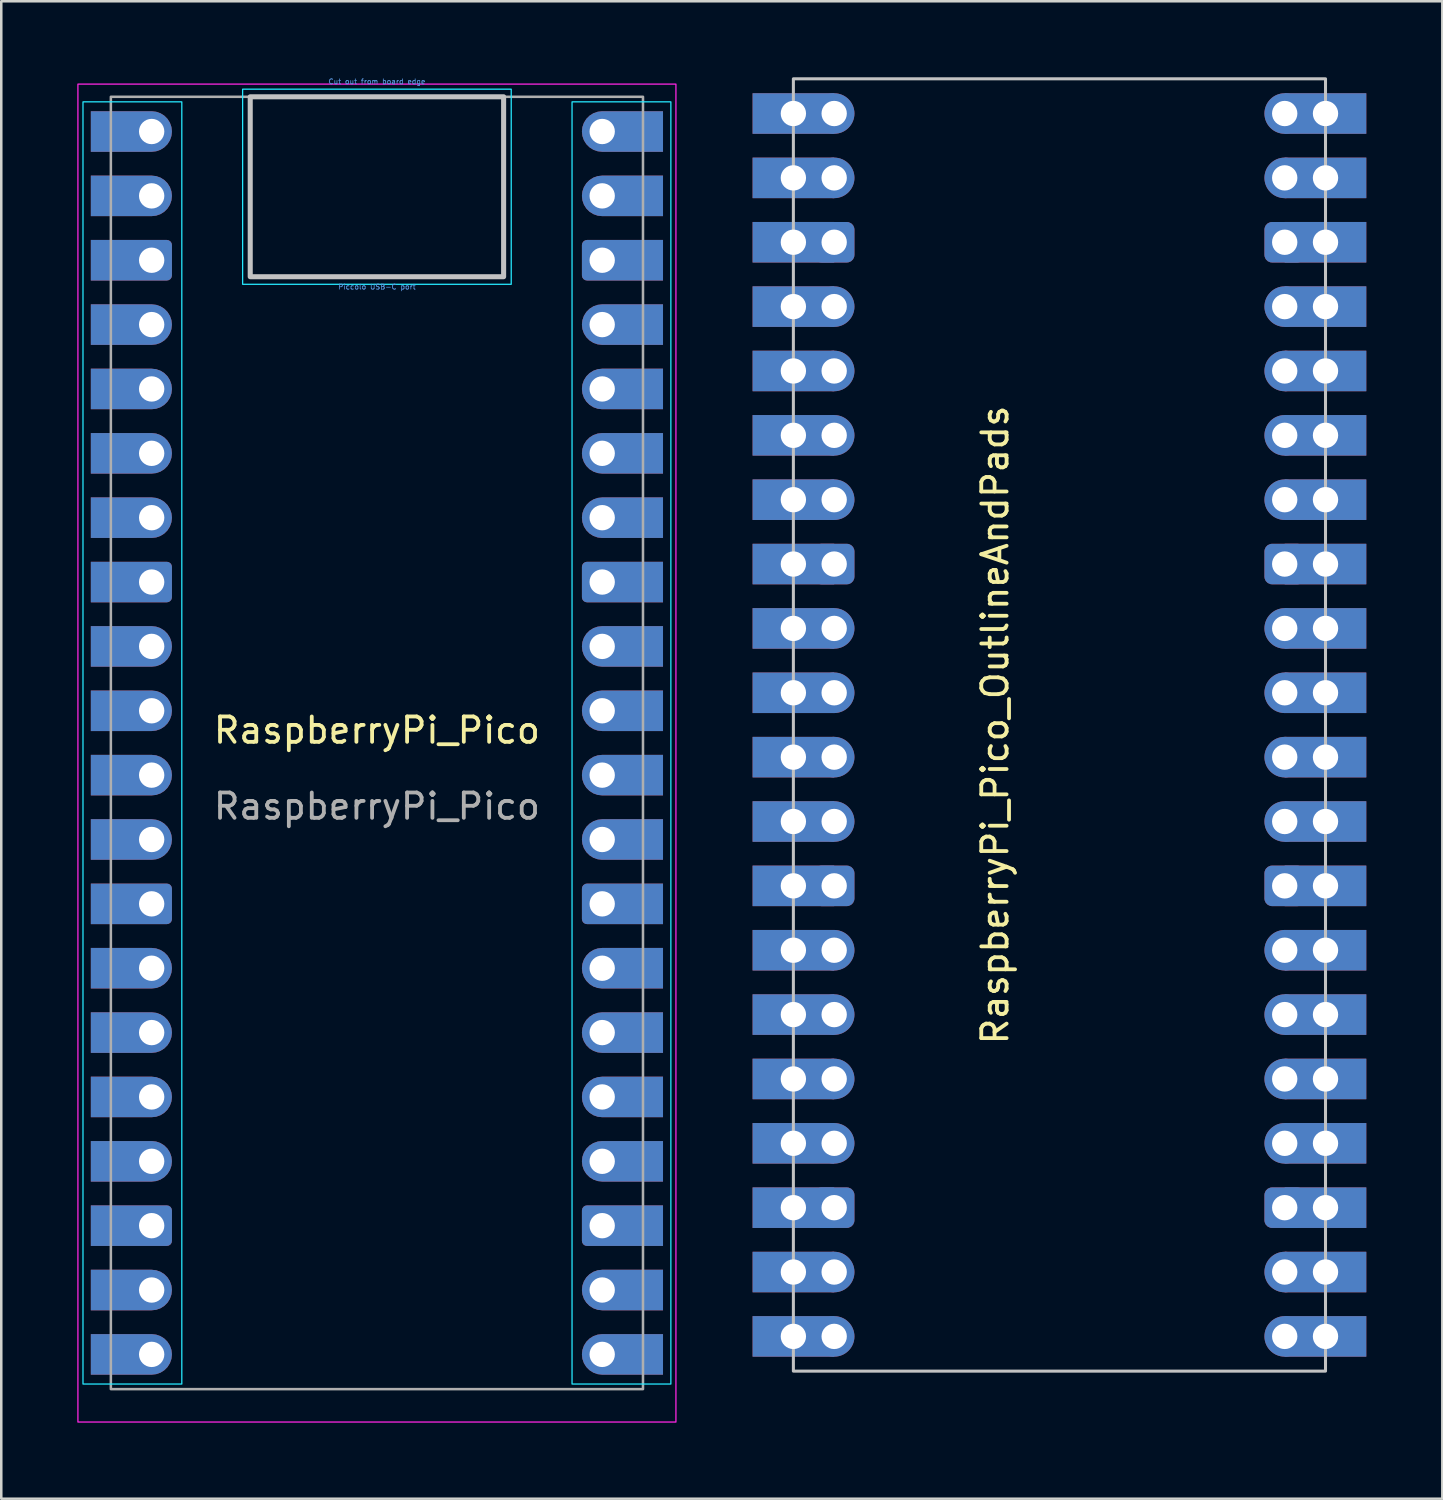
<source format=kicad_pcb>
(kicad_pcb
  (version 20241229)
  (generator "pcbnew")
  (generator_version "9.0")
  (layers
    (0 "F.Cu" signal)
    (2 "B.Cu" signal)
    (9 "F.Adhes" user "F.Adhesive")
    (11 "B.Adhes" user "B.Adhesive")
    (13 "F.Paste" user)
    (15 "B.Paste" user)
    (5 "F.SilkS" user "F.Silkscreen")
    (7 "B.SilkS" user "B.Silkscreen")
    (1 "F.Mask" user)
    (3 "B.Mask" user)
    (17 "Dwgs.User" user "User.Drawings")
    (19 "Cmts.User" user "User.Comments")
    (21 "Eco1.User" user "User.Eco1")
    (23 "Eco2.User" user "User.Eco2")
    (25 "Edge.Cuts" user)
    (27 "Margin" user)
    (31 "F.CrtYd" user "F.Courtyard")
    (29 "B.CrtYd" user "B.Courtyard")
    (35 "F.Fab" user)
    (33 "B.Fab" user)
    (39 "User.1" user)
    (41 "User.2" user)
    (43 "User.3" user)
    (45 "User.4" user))
  (footprint "RaspberryPi_Pico"
    (layer "F.Cu")
    (at 11.825 26.27)
    (property "Reference" "RaspberryPi_Pico" (at 0 -0.5 0) (unlocked yes) (layer "F.SilkS") (effects (font (size 1 1) (thickness 0.15))))
    (attr smd)
    (fp_rect (start -5 -25.5) (end 5 -18.4) (stroke (width 0.2) (type solid)) (fill no) (layer "Dwgs.User"))
    (fp_rect (start -11.6 -25.3) (end -7.7 25.3) (stroke (width 0.05) (type solid)) (fill no) (layer "B.CrtYd"))
    (fp_rect (start -5.3 -18.1) (end 5.3 -25.8) (stroke (width 0.05) (type solid)) (fill no) (layer "B.CrtYd"))
    (fp_rect (start 11.6 25.3) (end 7.7 -25.3) (stroke (width 0.05) (type solid)) (fill no) (layer "B.CrtYd"))
    (fp_rect (start -11.8 -26) (end 11.8 26.8) (stroke (width 0.05) (type solid)) (fill no) (layer "F.CrtYd"))
    (fp_rect (start -10.5 -25.5) (end 10.5 25.5) (stroke (width 0.1) (type solid)) (fill no) (layer "F.Fab"))
    (fp_text user "Piccolo USB-C port" (at 0 -18 0) (unlocked yes) (layer "Cmts.User") (effects (font (size 0.2 0.2) (thickness 0.03))))
    (fp_text user "Cut out from board edge" (at 0 -26.1 0) (unlocked yes) (layer "Cmts.User") (effects (font (size 0.2 0.2) (thickness 0.03))))
    (fp_text user "${REFERENCE}" (at 0 2.5 0) (unlocked yes) (layer "F.Fab") (effects (font (size 1 1) (thickness 0.15))))
    (pad "1" thru_hole roundrect (at -8.89 -24.13) (size 3.2 1.6) (drill 1 (offset -0.8 0)) (layers "*.Cu" "*.Mask") (roundrect_rratio 0.5) (chamfer_ratio 0) (chamfer top_left bottom_left))
    (pad "2" thru_hole roundrect (at -8.89 -21.59) (size 3.2 1.6) (drill 1 (offset -0.8 0)) (layers "*.Cu" "*.Mask") (roundrect_rratio 0.5) (chamfer_ratio 0) (chamfer top_left bottom_left))
    (pad "3" thru_hole roundrect (at -8.89 -19.05) (size 3.2 1.6) (drill 1 (offset -0.8 0)) (layers "*.Cu" "*.Mask") (roundrect_rratio 0.125) (chamfer_ratio 0) (chamfer top_left bottom_left))
    (pad "4" thru_hole roundrect (at -8.89 -16.51) (size 3.2 1.6) (drill 1 (offset -0.8 0)) (layers "*.Cu" "*.Mask") (roundrect_rratio 0.5) (chamfer_ratio 0) (chamfer top_left bottom_left))
    (pad "5" thru_hole roundrect (at -8.89 -13.97) (size 3.2 1.6) (drill 1 (offset -0.8 0)) (layers "*.Cu" "*.Mask") (roundrect_rratio 0.5) (chamfer_ratio 0) (chamfer top_left bottom_left))
    (pad "6" thru_hole roundrect (at -8.89 -11.43) (size 3.2 1.6) (drill 1 (offset -0.8 0)) (layers "*.Cu" "*.Mask") (roundrect_rratio 0.5) (chamfer_ratio 0) (chamfer top_left bottom_left))
    (pad "7" thru_hole roundrect (at -8.89 -8.89) (size 3.2 1.6) (drill 1 (offset -0.8 0)) (layers "*.Cu" "*.Mask") (roundrect_rratio 0.5) (chamfer_ratio 0) (chamfer top_left bottom_left))
    (pad "8" thru_hole roundrect (at -8.89 -6.35) (size 3.2 1.6) (drill 1 (offset -0.8 0)) (layers "*.Cu" "*.Mask") (roundrect_rratio 0.125) (chamfer_ratio 0) (chamfer top_left bottom_left))
    (pad "9" thru_hole roundrect (at -8.89 -3.81) (size 3.2 1.6) (drill 1 (offset -0.8 0)) (layers "*.Cu" "*.Mask") (roundrect_rratio 0.5) (chamfer_ratio 0) (chamfer top_left bottom_left))
    (pad "10" thru_hole roundrect (at -8.89 -1.27) (size 3.2 1.6) (drill 1 (offset -0.8 0)) (layers "*.Cu" "*.Mask") (roundrect_rratio 0.5) (chamfer_ratio 0) (chamfer top_left bottom_left))
    (pad "11" thru_hole roundrect (at -8.89 1.27) (size 3.2 1.6) (drill 1 (offset -0.8 0)) (layers "*.Cu" "*.Mask") (roundrect_rratio 0.5) (chamfer_ratio 0) (chamfer top_left bottom_left))
    (pad "12" thru_hole roundrect (at -8.89 3.81) (size 3.2 1.6) (drill 1 (offset -0.8 0)) (layers "*.Cu" "*.Mask") (roundrect_rratio 0.5) (chamfer_ratio 0) (chamfer top_left bottom_left))
    (pad "13" thru_hole roundrect (at -8.89 6.35) (size 3.2 1.6) (drill 1 (offset -0.8 0)) (layers "*.Cu" "*.Mask") (roundrect_rratio 0.125) (chamfer_ratio 0) (chamfer top_left bottom_left))
    (pad "14" thru_hole roundrect (at -8.89 8.89) (size 3.2 1.6) (drill 1 (offset -0.8 0)) (layers "*.Cu" "*.Mask") (roundrect_rratio 0.5) (chamfer_ratio 0) (chamfer top_left bottom_left))
    (pad "15" thru_hole roundrect (at -8.89 11.43) (size 3.2 1.6) (drill 1 (offset -0.8 0)) (layers "*.Cu" "*.Mask") (roundrect_rratio 0.5) (chamfer_ratio 0) (chamfer top_left bottom_left))
    (pad "16" thru_hole roundrect (at -8.89 13.97) (size 3.2 1.6) (drill 1 (offset -0.8 0)) (layers "*.Cu" "*.Mask") (roundrect_rratio 0.5) (chamfer_ratio 0) (chamfer top_left bottom_left))
    (pad "17" thru_hole roundrect (at -8.89 16.51) (size 3.2 1.6) (drill 1 (offset -0.8 0)) (layers "*.Cu" "*.Mask") (roundrect_rratio 0.5) (chamfer_ratio 0) (chamfer top_left bottom_left))
    (pad "18" thru_hole roundrect (at -8.89 19.05) (size 3.2 1.6) (drill 1 (offset -0.8 0)) (layers "*.Cu" "*.Mask") (roundrect_rratio 0.125) (chamfer_ratio 0) (chamfer top_left bottom_left))
    (pad "19" thru_hole roundrect (at -8.89 21.59) (size 3.2 1.6) (drill 1 (offset -0.8 0)) (layers "*.Cu" "*.Mask") (roundrect_rratio 0.5) (chamfer_ratio 0) (chamfer top_left bottom_left))
    (pad "20" thru_hole roundrect (at -8.89 24.13) (size 3.2 1.6) (drill 1 (offset -0.8 0)) (layers "*.Cu" "*.Mask") (roundrect_rratio 0.5) (chamfer_ratio 0) (chamfer top_left bottom_left))
    (pad "21" thru_hole roundrect (at 8.89 24.13) (size 3.2 1.6) (drill 1 (offset 0.8 0)) (layers "*.Cu" "*.Mask") (roundrect_rratio 0.5) (chamfer_ratio 0) (chamfer top_right bottom_right))
    (pad "22" thru_hole roundrect (at 8.89 21.59) (size 3.2 1.6) (drill 1 (offset 0.8 0)) (layers "*.Cu" "*.Mask") (roundrect_rratio 0.5) (chamfer_ratio 0) (chamfer top_right bottom_right))
    (pad "23" thru_hole roundrect (at 8.89 19.05) (size 3.2 1.6) (drill 1 (offset 0.8 0)) (layers "*.Cu" "*.Mask") (roundrect_rratio 0.125) (chamfer_ratio 0) (chamfer top_right bottom_right))
    (pad "24" thru_hole roundrect (at 8.89 16.51) (size 3.2 1.6) (drill 1 (offset 0.8 0)) (layers "*.Cu" "*.Mask") (roundrect_rratio 0.5) (chamfer_ratio 0) (chamfer top_right bottom_right))
    (pad "25" thru_hole roundrect (at 8.89 13.97) (size 3.2 1.6) (drill 1 (offset 0.8 0)) (layers "*.Cu" "*.Mask") (roundrect_rratio 0.5) (chamfer_ratio 0) (chamfer top_right bottom_right))
    (pad "26" thru_hole roundrect (at 8.89 11.43) (size 3.2 1.6) (drill 1 (offset 0.8 0)) (layers "*.Cu" "*.Mask") (roundrect_rratio 0.5) (chamfer_ratio 0) (chamfer top_right bottom_right))
    (pad "27" thru_hole roundrect (at 8.89 8.89) (size 3.2 1.6) (drill 1 (offset 0.8 0)) (layers "*.Cu" "*.Mask") (roundrect_rratio 0.5) (chamfer_ratio 0) (chamfer top_right bottom_right))
    (pad "28" thru_hole roundrect (at 8.89 6.35) (size 3.2 1.6) (drill 1 (offset 0.8 0)) (layers "*.Cu" "*.Mask") (roundrect_rratio 0.125) (chamfer_ratio 0) (chamfer top_right bottom_right))
    (pad "29" thru_hole roundrect (at 8.89 3.81) (size 3.2 1.6) (drill 1 (offset 0.8 0)) (layers "*.Cu" "*.Mask") (roundrect_rratio 0.5) (chamfer_ratio 0) (chamfer top_right bottom_right))
    (pad "30" thru_hole roundrect (at 8.89 1.27) (size 3.2 1.6) (drill 1 (offset 0.8 0)) (layers "*.Cu" "*.Mask") (roundrect_rratio 0.5) (chamfer_ratio 0) (chamfer top_right bottom_right))
    (pad "31" thru_hole roundrect (at 8.89 -1.27) (size 3.2 1.6) (drill 1 (offset 0.8 0)) (layers "*.Cu" "*.Mask") (roundrect_rratio 0.5) (chamfer_ratio 0) (chamfer top_right bottom_right))
    (pad "32" thru_hole roundrect (at 8.89 -3.81) (size 3.2 1.6) (drill 1 (offset 0.8 0)) (layers "*.Cu" "*.Mask") (roundrect_rratio 0.5) (chamfer_ratio 0) (chamfer top_right bottom_right))
    (pad "33" thru_hole roundrect (at 8.89 -6.35) (size 3.2 1.6) (drill 1 (offset 0.8 0)) (layers "*.Cu" "*.Mask") (roundrect_rratio 0.125) (chamfer_ratio 0) (chamfer top_right bottom_right))
    (pad "34" thru_hole roundrect (at 8.89 -8.89) (size 3.2 1.6) (drill 1 (offset 0.8 0)) (layers "*.Cu" "*.Mask") (roundrect_rratio 0.5) (chamfer_ratio 0) (chamfer top_right bottom_right))
    (pad "35" thru_hole roundrect (at 8.89 -11.43) (size 3.2 1.6) (drill 1 (offset 0.8 0)) (layers "*.Cu" "*.Mask") (roundrect_rratio 0.5) (chamfer_ratio 0) (chamfer top_right bottom_right))
    (pad "36" thru_hole roundrect (at 8.89 -13.97) (size 3.2 1.6) (drill 1 (offset 0.8 0)) (layers "*.Cu" "*.Mask") (roundrect_rratio 0.5) (chamfer_ratio 0) (chamfer top_right bottom_right))
    (pad "37" thru_hole roundrect (at 8.89 -16.51) (size 3.2 1.6) (drill 1 (offset 0.8 0)) (layers "*.Cu" "*.Mask") (roundrect_rratio 0.5) (chamfer_ratio 0) (chamfer top_right bottom_right))
    (pad "38" thru_hole roundrect (at 8.89 -19.05) (size 3.2 1.6) (drill 1 (offset 0.8 0)) (layers "*.Cu" "*.Mask") (roundrect_rratio 0.125) (chamfer_ratio 0) (chamfer top_right bottom_right))
    (pad "39" thru_hole roundrect (at 8.89 -21.59) (size 3.2 1.6) (drill 1 (offset 0.8 0)) (layers "*.Cu" "*.Mask") (roundrect_rratio 0.5) (chamfer_ratio 0) (chamfer top_right bottom_right))
    (pad "40" thru_hole roundrect (at 8.89 -24.13) (size 3.2 1.6) (drill 1 (offset 0.8 0)) (layers "*.Cu" "*.Mask") (roundrect_rratio 0.5) (chamfer_ratio 0) (chamfer top_right bottom_right)))
  (footprint "RaspberryPi_Pico_OutlineAndPads"
    (layer "F.Cu")
    (at 38.76 25.56)
    (property "Reference" "RaspberryPi_Pico_OutlineAndPads" (at -2.54 0 90) (unlocked yes) (layer "F.SilkS") (effects (font (size 1 1) (thickness 0.15))))
    (attr through_hole)
    (fp_rect (start -10.5 25.5) (end 10.5 -25.5) (stroke (width 0.12) (type solid)) (fill no) (layer "Dwgs.User"))
    (pad "1" thru_hole rect (at -10.5 -24.13) (size 3.22 1.6) (drill 1) (property pad_prop_castellated) (layers "*.Cu" "*.Mask"))
    (pad "1" thru_hole circle (at -8.89 -24.13) (size 1.6 1.6) (drill 1) (layers "*.Cu" "*.Mask"))
    (pad "2" thru_hole rect (at -10.5 -21.59) (size 3.22 1.6) (drill 1) (property pad_prop_castellated) (layers "*.Cu" "*.Mask"))
    (pad "2" thru_hole circle (at -8.89 -21.59) (size 1.6 1.6) (drill 1) (layers "*.Cu" "*.Mask"))
    (pad "3" thru_hole rect (at -10.5 -19.05) (size 3.22 1.6) (drill 1) (property pad_prop_castellated) (layers "*.Cu" "*.Mask"))
    (pad "3" thru_hole roundrect (at -8.89 -19.05) (size 1.6 1.6) (drill 1) (layers "*.Cu" "*.Mask") (roundrect_rratio 0.188))
    (pad "4" thru_hole rect (at -10.5 -16.51) (size 3.22 1.6) (drill 1) (property pad_prop_castellated) (layers "*.Cu" "*.Mask"))
    (pad "4" thru_hole circle (at -8.89 -16.51) (size 1.6 1.6) (drill 1) (layers "*.Cu" "*.Mask"))
    (pad "5" thru_hole rect (at -10.5 -13.97) (size 3.22 1.6) (drill 1) (property pad_prop_castellated) (layers "*.Cu" "*.Mask"))
    (pad "5" thru_hole circle (at -8.89 -13.97) (size 1.6 1.6) (drill 1) (layers "*.Cu" "*.Mask"))
    (pad "6" thru_hole rect (at -10.5 -11.43) (size 3.22 1.6) (drill 1) (property pad_prop_castellated) (layers "*.Cu" "*.Mask"))
    (pad "6" thru_hole circle (at -8.89 -11.43) (size 1.6 1.6) (drill 1) (layers "*.Cu" "*.Mask"))
    (pad "7" thru_hole rect (at -10.5 -8.89) (size 3.22 1.6) (drill 1) (property pad_prop_castellated) (layers "*.Cu" "*.Mask"))
    (pad "7" thru_hole circle (at -8.89 -8.89) (size 1.6 1.6) (drill 1) (layers "*.Cu" "*.Mask"))
    (pad "8" thru_hole rect (at -10.5 -6.35) (size 3.22 1.6) (drill 1) (property pad_prop_castellated) (layers "*.Cu" "*.Mask"))
    (pad "8" thru_hole roundrect (at -8.89 -6.35) (size 1.6 1.6) (drill 1) (layers "*.Cu" "*.Mask") (roundrect_rratio 0.188))
    (pad "9" thru_hole rect (at -10.5 -3.81) (size 3.22 1.6) (drill 1) (property pad_prop_castellated) (layers "*.Cu" "*.Mask"))
    (pad "9" thru_hole circle (at -8.89 -3.81) (size 1.6 1.6) (drill 1) (layers "*.Cu" "*.Mask"))
    (pad "10" thru_hole rect (at -10.5 -1.27) (size 3.22 1.6) (drill 1) (property pad_prop_castellated) (layers "*.Cu" "*.Mask"))
    (pad "10" thru_hole circle (at -8.89 -1.27) (size 1.6 1.6) (drill 1) (layers "*.Cu" "*.Mask"))
    (pad "11" thru_hole rect (at -10.5 1.27) (size 3.22 1.6) (drill 1) (property pad_prop_castellated) (layers "*.Cu" "*.Mask"))
    (pad "11" thru_hole circle (at -8.89 1.27) (size 1.6 1.6) (drill 1) (layers "*.Cu" "*.Mask"))
    (pad "12" thru_hole rect (at -10.5 3.81) (size 3.22 1.6) (drill 1) (property pad_prop_castellated) (layers "*.Cu" "*.Mask"))
    (pad "12" thru_hole circle (at -8.89 3.81) (size 1.6 1.6) (drill 1) (layers "*.Cu" "*.Mask"))
    (pad "13" thru_hole rect (at -10.5 6.35) (size 3.22 1.6) (drill 1) (property pad_prop_castellated) (layers "*.Cu" "*.Mask"))
    (pad "13" thru_hole roundrect (at -8.89 6.35) (size 1.6 1.6) (drill 1) (layers "*.Cu" "*.Mask") (roundrect_rratio 0.188))
    (pad "14" thru_hole rect (at -10.5 8.89) (size 3.22 1.6) (drill 1) (property pad_prop_castellated) (layers "*.Cu" "*.Mask"))
    (pad "14" thru_hole circle (at -8.89 8.89) (size 1.6 1.6) (drill 1) (layers "*.Cu" "*.Mask"))
    (pad "15" thru_hole rect (at -10.5 11.43) (size 3.22 1.6) (drill 1) (property pad_prop_castellated) (layers "*.Cu" "*.Mask"))
    (pad "15" thru_hole circle (at -8.89 11.43) (size 1.6 1.6) (drill 1) (layers "*.Cu" "*.Mask"))
    (pad "16" thru_hole rect (at -10.5 13.97) (size 3.22 1.6) (drill 1) (property pad_prop_castellated) (layers "*.Cu" "*.Mask"))
    (pad "16" thru_hole circle (at -8.89 13.97) (size 1.6 1.6) (drill 1) (layers "*.Cu" "*.Mask"))
    (pad "17" thru_hole rect (at -10.5 16.51) (size 3.22 1.6) (drill 1) (property pad_prop_castellated) (layers "*.Cu" "*.Mask"))
    (pad "17" thru_hole circle (at -8.89 16.51) (size 1.6 1.6) (drill 1) (layers "*.Cu" "*.Mask"))
    (pad "18" thru_hole rect (at -10.5 19.05) (size 3.22 1.6) (drill 1) (property pad_prop_castellated) (layers "*.Cu" "*.Mask"))
    (pad "18" thru_hole roundrect (at -8.89 19.05) (size 1.6 1.6) (drill 1) (layers "*.Cu" "*.Mask") (roundrect_rratio 0.188))
    (pad "19" thru_hole rect (at -10.5 21.59) (size 3.22 1.6) (drill 1) (property pad_prop_castellated) (layers "*.Cu" "*.Mask"))
    (pad "19" thru_hole circle (at -8.89 21.59) (size 1.6 1.6) (drill 1) (layers "*.Cu" "*.Mask"))
    (pad "20" thru_hole rect (at -10.5 24.13) (size 3.22 1.6) (drill 1) (property pad_prop_castellated) (layers "*.Cu" "*.Mask"))
    (pad "20" thru_hole circle (at -8.89 24.13) (size 1.6 1.6) (drill 1) (layers "*.Cu" "*.Mask"))
    (pad "21" thru_hole circle (at 8.89 24.13) (size 1.6 1.6) (drill 1) (layers "*.Cu" "*.Mask"))
    (pad "21" thru_hole rect (at 10.5 24.13) (size 3.22 1.6) (drill 1) (property pad_prop_castellated) (layers "*.Cu" "*.Mask"))
    (pad "22" thru_hole circle (at 8.89 21.59) (size 1.6 1.6) (drill 1) (layers "*.Cu" "*.Mask"))
    (pad "22" thru_hole rect (at 10.5 21.59) (size 3.22 1.6) (drill 1) (property pad_prop_castellated) (layers "*.Cu" "*.Mask"))
    (pad "23" thru_hole roundrect (at 8.89 19.05) (size 1.6 1.6) (drill 1) (layers "*.Cu" "*.Mask") (roundrect_rratio 0.188))
    (pad "23" thru_hole rect (at 10.5 19.05) (size 3.22 1.6) (drill 1) (property pad_prop_castellated) (layers "*.Cu" "*.Mask"))
    (pad "24" thru_hole circle (at 8.89 16.51) (size 1.6 1.6) (drill 1) (layers "*.Cu" "*.Mask"))
    (pad "24" thru_hole rect (at 10.5 16.51) (size 3.22 1.6) (drill 1) (property pad_prop_castellated) (layers "*.Cu" "*.Mask"))
    (pad "25" thru_hole circle (at 8.89 13.97) (size 1.6 1.6) (drill 1) (layers "*.Cu" "*.Mask"))
    (pad "25" thru_hole rect (at 10.5 13.97) (size 3.22 1.6) (drill 1) (property pad_prop_castellated) (layers "*.Cu" "*.Mask"))
    (pad "26" thru_hole circle (at 8.89 11.43) (size 1.6 1.6) (drill 1) (layers "*.Cu" "*.Mask"))
    (pad "26" thru_hole rect (at 10.5 11.43) (size 3.22 1.6) (drill 1) (property pad_prop_castellated) (layers "*.Cu" "*.Mask"))
    (pad "27" thru_hole circle (at 8.89 8.89) (size 1.6 1.6) (drill 1) (layers "*.Cu" "*.Mask"))
    (pad "27" thru_hole rect (at 10.5 8.89) (size 3.22 1.6) (drill 1) (property pad_prop_castellated) (layers "*.Cu" "*.Mask"))
    (pad "28" thru_hole roundrect (at 8.89 6.35) (size 1.6 1.6) (drill 1) (layers "*.Cu" "*.Mask") (roundrect_rratio 0.188))
    (pad "28" thru_hole rect (at 10.5 6.35) (size 3.22 1.6) (drill 1) (property pad_prop_castellated) (layers "*.Cu" "*.Mask"))
    (pad "29" thru_hole circle (at 8.89 3.81) (size 1.6 1.6) (drill 1) (layers "*.Cu" "*.Mask"))
    (pad "29" thru_hole rect (at 10.5 3.81) (size 3.22 1.6) (drill 1) (property pad_prop_castellated) (layers "*.Cu" "*.Mask"))
    (pad "30" thru_hole circle (at 8.89 1.27) (size 1.6 1.6) (drill 1) (layers "*.Cu" "*.Mask"))
    (pad "30" thru_hole rect (at 10.5 1.27) (size 3.22 1.6) (drill 1) (property pad_prop_castellated) (layers "*.Cu" "*.Mask"))
    (pad "31" thru_hole circle (at 8.89 -1.27) (size 1.6 1.6) (drill 1) (layers "*.Cu" "*.Mask"))
    (pad "31" thru_hole rect (at 10.5 -1.27) (size 3.22 1.6) (drill 1) (property pad_prop_castellated) (layers "*.Cu" "*.Mask"))
    (pad "32" thru_hole circle (at 8.89 -3.81) (size 1.6 1.6) (drill 1) (layers "*.Cu" "*.Mask"))
    (pad "32" thru_hole rect (at 10.5 -3.81) (size 3.22 1.6) (drill 1) (property pad_prop_castellated) (layers "*.Cu" "*.Mask"))
    (pad "33" thru_hole roundrect (at 8.89 -6.35) (size 1.6 1.6) (drill 1) (layers "*.Cu" "*.Mask") (roundrect_rratio 0.188))
    (pad "33" thru_hole rect (at 10.5 -6.35) (size 3.22 1.6) (drill 1) (property pad_prop_castellated) (layers "*.Cu" "*.Mask"))
    (pad "34" thru_hole circle (at 8.89 -8.89) (size 1.6 1.6) (drill 1) (layers "*.Cu" "*.Mask"))
    (pad "34" thru_hole rect (at 10.5 -8.89) (size 3.22 1.6) (drill 1) (property pad_prop_castellated) (layers "*.Cu" "*.Mask"))
    (pad "35" thru_hole circle (at 8.89 -11.43) (size 1.6 1.6) (drill 1) (layers "*.Cu" "*.Mask"))
    (pad "35" thru_hole rect (at 10.5 -11.43) (size 3.22 1.6) (drill 1) (property pad_prop_castellated) (layers "*.Cu" "*.Mask"))
    (pad "36" thru_hole circle (at 8.89 -13.97) (size 1.6 1.6) (drill 1) (layers "*.Cu" "*.Mask"))
    (pad "36" thru_hole rect (at 10.5 -13.97) (size 3.22 1.6) (drill 1) (property pad_prop_castellated) (layers "*.Cu" "*.Mask"))
    (pad "37" thru_hole circle (at 8.89 -16.51) (size 1.6 1.6) (drill 1) (layers "*.Cu" "*.Mask"))
    (pad "37" thru_hole rect (at 10.5 -16.51) (size 3.22 1.6) (drill 1) (property pad_prop_castellated) (layers "*.Cu" "*.Mask"))
    (pad "38" thru_hole roundrect (at 8.89 -19.05) (size 1.6 1.6) (drill 1) (layers "*.Cu" "*.Mask") (roundrect_rratio 0.188))
    (pad "38" thru_hole rect (at 10.5 -19.05) (size 3.22 1.6) (drill 1) (property pad_prop_castellated) (layers "*.Cu" "*.Mask"))
    (pad "39" thru_hole circle (at 8.89 -21.59) (size 1.6 1.6) (drill 1) (layers "*.Cu" "*.Mask"))
    (pad "39" thru_hole rect (at 10.5 -21.59) (size 3.22 1.6) (drill 1) (property pad_prop_castellated) (layers "*.Cu" "*.Mask"))
    (pad "40" thru_hole circle (at 8.89 -24.13) (size 1.6 1.6) (drill 1) (layers "*.Cu" "*.Mask"))
    (pad "40" thru_hole rect (at 10.5 -24.13) (size 3.22 1.6) (drill 1) (property pad_prop_castellated) (layers "*.Cu" "*.Mask")))
  (gr_rect
    (start -3 -3)
    (end 53.87 56.095)
    (stroke (width 0.1) (type default))
    (fill no)
    (layer "Edge.Cuts")))
</source>
